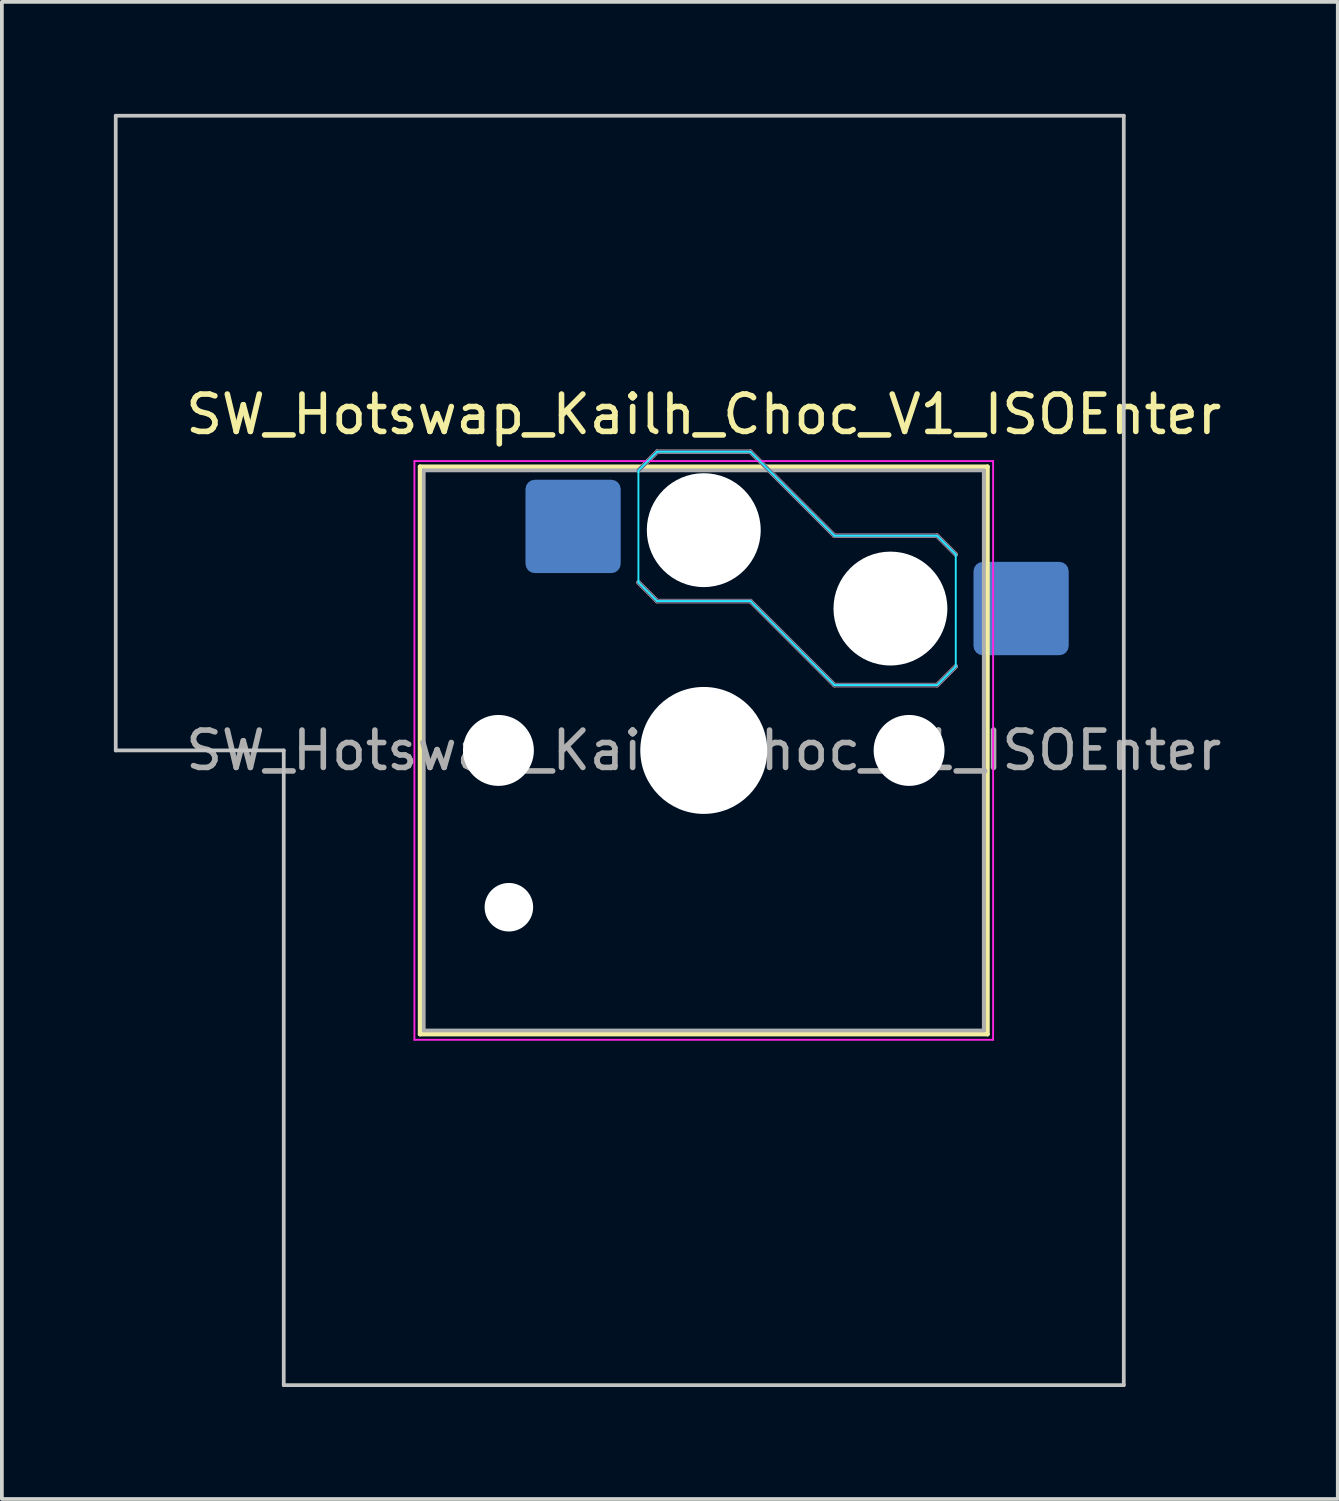
<source format=kicad_pcb>
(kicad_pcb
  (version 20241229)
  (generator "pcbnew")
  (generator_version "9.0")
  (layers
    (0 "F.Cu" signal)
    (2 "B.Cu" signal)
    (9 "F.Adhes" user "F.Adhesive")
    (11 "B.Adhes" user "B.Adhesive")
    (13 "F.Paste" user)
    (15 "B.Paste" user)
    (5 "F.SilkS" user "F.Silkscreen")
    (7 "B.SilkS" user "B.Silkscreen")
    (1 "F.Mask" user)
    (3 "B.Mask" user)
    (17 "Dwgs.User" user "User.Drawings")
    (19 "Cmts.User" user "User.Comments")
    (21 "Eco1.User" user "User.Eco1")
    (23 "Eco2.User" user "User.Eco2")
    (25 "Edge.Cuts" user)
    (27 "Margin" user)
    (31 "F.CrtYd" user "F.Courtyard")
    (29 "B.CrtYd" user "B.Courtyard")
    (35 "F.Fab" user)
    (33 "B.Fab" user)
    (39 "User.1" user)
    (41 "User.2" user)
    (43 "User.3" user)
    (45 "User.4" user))
  (footprint "SW_Hotswap_Kailh_Choc_V1_ISOEnter"
    (layer "F.Cu")
    (at 15.8 17.05)
    (property "Reference" "SW_Hotswap_Kailh_Choc_V1_ISOEnter" (at 0 -9 0) (layer "F.SilkS") (effects (font (size 1 1) (thickness 0.15))))
    (attr smd)
    (fp_line (start -7.6 -7.6) (end -7.6 7.6) (stroke (width 0.12) (type solid)) (layer "F.SilkS"))
    (fp_line (start -7.6 7.6) (end 7.6 7.6) (stroke (width 0.12) (type solid)) (layer "F.SilkS"))
    (fp_line (start 7.6 -7.6) (end -7.6 -7.6) (stroke (width 0.12) (type solid)) (layer "F.SilkS"))
    (fp_line (start 7.6 7.6) (end 7.6 -7.6) (stroke (width 0.12) (type solid)) (layer "F.SilkS"))
    (fp_line (start -1.75 -7.5) (end -1.25 -8) (stroke (width 0.12) (type solid)) (layer "B.SilkS"))
    (fp_line (start -1.25 -8) (end 1.25 -8) (stroke (width 0.12) (type solid)) (layer "B.SilkS"))
    (fp_line (start -1.25 -4) (end -1.75 -4.5) (stroke (width 0.12) (type solid)) (layer "B.SilkS"))
    (fp_line (start 1.25 -8) (end 3.5 -5.75) (stroke (width 0.12) (type solid)) (layer "B.SilkS"))
    (fp_line (start 1.25 -4) (end -1.25 -4) (stroke (width 0.12) (type solid)) (layer "B.SilkS"))
    (fp_line (start 3.5 -5.75) (end 6.25 -5.75) (stroke (width 0.12) (type solid)) (layer "B.SilkS"))
    (fp_line (start 3.5 -1.75) (end 1.25 -4) (stroke (width 0.12) (type solid)) (layer "B.SilkS"))
    (fp_line (start 6.25 -5.75) (end 6.75 -5.25) (stroke (width 0.12) (type solid)) (layer "B.SilkS"))
    (fp_line (start 6.25 -1.75) (end 3.5 -1.75) (stroke (width 0.12) (type solid)) (layer "B.SilkS"))
    (fp_line (start 6.75 -2.25) (end 6.25 -1.75) (stroke (width 0.12) (type solid)) (layer "B.SilkS"))
    (fp_line (start -15.75 -17) (end -15.75 0) (stroke (width 0.1) (type solid)) (layer "Dwgs.User"))
    (fp_line (start -15.75 0) (end -11.25 0) (stroke (width 0.1) (type solid)) (layer "Dwgs.User"))
    (fp_line (start -11.25 0) (end -11.25 17) (stroke (width 0.1) (type solid)) (layer "Dwgs.User"))
    (fp_line (start -11.25 17) (end 11.25 17) (stroke (width 0.1) (type solid)) (layer "Dwgs.User"))
    (fp_line (start 11.25 -17) (end -15.75 -17) (stroke (width 0.1) (type solid)) (layer "Dwgs.User"))
    (fp_line (start 11.25 17) (end 11.25 -17) (stroke (width 0.1) (type solid)) (layer "Dwgs.User"))
    (fp_line (start -7.25 -7.25) (end -7.25 7.25) (stroke (width 0.1) (type solid)) (layer "Eco1.User"))
    (fp_line (start -7.25 7.25) (end 7.25 7.25) (stroke (width 0.1) (type solid)) (layer "Eco1.User"))
    (fp_line (start 7.25 -7.25) (end -7.25 -7.25) (stroke (width 0.1) (type solid)) (layer "Eco1.User"))
    (fp_line (start 7.25 7.25) (end 7.25 -7.25) (stroke (width 0.1) (type solid)) (layer "Eco1.User"))
    (fp_line (start -1.75 -7.5) (end -1.25 -8) (stroke (width 0.05) (type solid)) (layer "B.CrtYd"))
    (fp_line (start -1.75 -4.5) (end -1.75 -7.5) (stroke (width 0.05) (type solid)) (layer "B.CrtYd"))
    (fp_line (start -1.25 -8) (end 1.25 -8) (stroke (width 0.05) (type solid)) (layer "B.CrtYd"))
    (fp_line (start -1.25 -4) (end -1.75 -4.5) (stroke (width 0.05) (type solid)) (layer "B.CrtYd"))
    (fp_line (start 1.25 -8) (end 3.5 -5.75) (stroke (width 0.05) (type solid)) (layer "B.CrtYd"))
    (fp_line (start 1.25 -4) (end -1.25 -4) (stroke (width 0.05) (type solid)) (layer "B.CrtYd"))
    (fp_line (start 3.5 -5.75) (end 6.25 -5.75) (stroke (width 0.05) (type solid)) (layer "B.CrtYd"))
    (fp_line (start 3.5 -1.75) (end 1.25 -4) (stroke (width 0.05) (type solid)) (layer "B.CrtYd"))
    (fp_line (start 6.25 -5.75) (end 6.75 -5.25) (stroke (width 0.05) (type solid)) (layer "B.CrtYd"))
    (fp_line (start 6.25 -1.75) (end 3.5 -1.75) (stroke (width 0.05) (type solid)) (layer "B.CrtYd"))
    (fp_line (start 6.75 -5.25) (end 6.75 -2.25) (stroke (width 0.05) (type solid)) (layer "B.CrtYd"))
    (fp_line (start 6.75 -2.25) (end 6.25 -1.75) (stroke (width 0.05) (type solid)) (layer "B.CrtYd"))
    (fp_line (start -7.75 -7.75) (end -7.75 7.75) (stroke (width 0.05) (type solid)) (layer "F.CrtYd"))
    (fp_line (start -7.75 7.75) (end 7.75 7.75) (stroke (width 0.05) (type solid)) (layer "F.CrtYd"))
    (fp_line (start 7.75 -7.75) (end -7.75 -7.75) (stroke (width 0.05) (type solid)) (layer "F.CrtYd"))
    (fp_line (start 7.75 7.75) (end 7.75 -7.75) (stroke (width 0.05) (type solid)) (layer "F.CrtYd"))
    (fp_line (start -1.75 -7.5) (end -1.25 -8) (stroke (width 0.1) (type solid)) (layer "B.Fab"))
    (fp_line (start -1.25 -8) (end 1.25 -8) (stroke (width 0.1) (type solid)) (layer "B.Fab"))
    (fp_line (start -1.25 -4) (end -1.75 -4.5) (stroke (width 0.1) (type solid)) (layer "B.Fab"))
    (fp_line (start 1.25 -8) (end 3.5 -5.75) (stroke (width 0.1) (type solid)) (layer "B.Fab"))
    (fp_line (start 1.25 -4) (end -1.25 -4) (stroke (width 0.1) (type solid)) (layer "B.Fab"))
    (fp_line (start 3.5 -5.75) (end 6.25 -5.75) (stroke (width 0.1) (type solid)) (layer "B.Fab"))
    (fp_line (start 3.5 -1.75) (end 1.25 -4) (stroke (width 0.1) (type solid)) (layer "B.Fab"))
    (fp_line (start 6.25 -5.75) (end 6.75 -5.25) (stroke (width 0.1) (type solid)) (layer "B.Fab"))
    (fp_line (start 6.25 -1.75) (end 3.5 -1.75) (stroke (width 0.1) (type solid)) (layer "B.Fab"))
    (fp_line (start 6.75 -2.25) (end 6.25 -1.75) (stroke (width 0.1) (type solid)) (layer "B.Fab"))
    (fp_line (start -7.5 -7.5) (end -7.5 7.5) (stroke (width 0.1) (type solid)) (layer "F.Fab"))
    (fp_line (start -7.5 7.5) (end 7.5 7.5) (stroke (width 0.1) (type solid)) (layer "F.Fab"))
    (fp_line (start 7.5 -7.5) (end -7.5 -7.5) (stroke (width 0.1) (type solid)) (layer "F.Fab"))
    (fp_line (start 7.5 7.5) (end 7.5 -7.5) (stroke (width 0.1) (type solid)) (layer "F.Fab"))
    (fp_text user "${REFERENCE}" (at 0 0 0) (layer "F.Fab") (effects (font (size 1 1) (thickness 0.15))))
    (pad "" np_thru_hole circle (at -5.5 0) (size 1.9 1.9) (drill 1.9) (layers "*.Cu" "*.Mask"))
    (pad "" np_thru_hole circle (at -5.22 4.2) (size 1.3 1.3) (drill 1.3) (layers "*.Cu" "*.Mask"))
    (pad "" np_thru_hole circle (at 0 -5.9) (size 3.05 3.05) (drill 3.05) (layers "*.Cu" "*.Mask"))
    (pad "" np_thru_hole circle (at 0 0) (size 3.4 3.4) (drill 3.4) (layers "*.Cu" "*.Mask"))
    (pad "" np_thru_hole circle (at 5 -3.8) (size 3.05 3.05) (drill 3.05) (layers "*.Cu" "*.Mask"))
    (pad "" np_thru_hole circle (at 5.5 0) (size 1.9 1.9) (drill 1.9) (layers "*.Cu" "*.Mask"))
    (pad "1" smd roundrect (at -3.5 -6) (size 2.55 2.5) (layers "B.Cu" "B.Mask" "B.Paste") (roundrect_rratio 0.1))
    (pad "2" smd roundrect (at 8.5 -3.8) (size 2.55 2.5) (layers "B.Cu" "B.Mask" "B.Paste") (roundrect_rratio 0.1)))
  (gr_rect
    (start -3 -3)
    (end 32.782 37.1)
    (stroke (width 0.1) (type default))
    (fill no)
    (layer "Edge.Cuts")))
</source>
